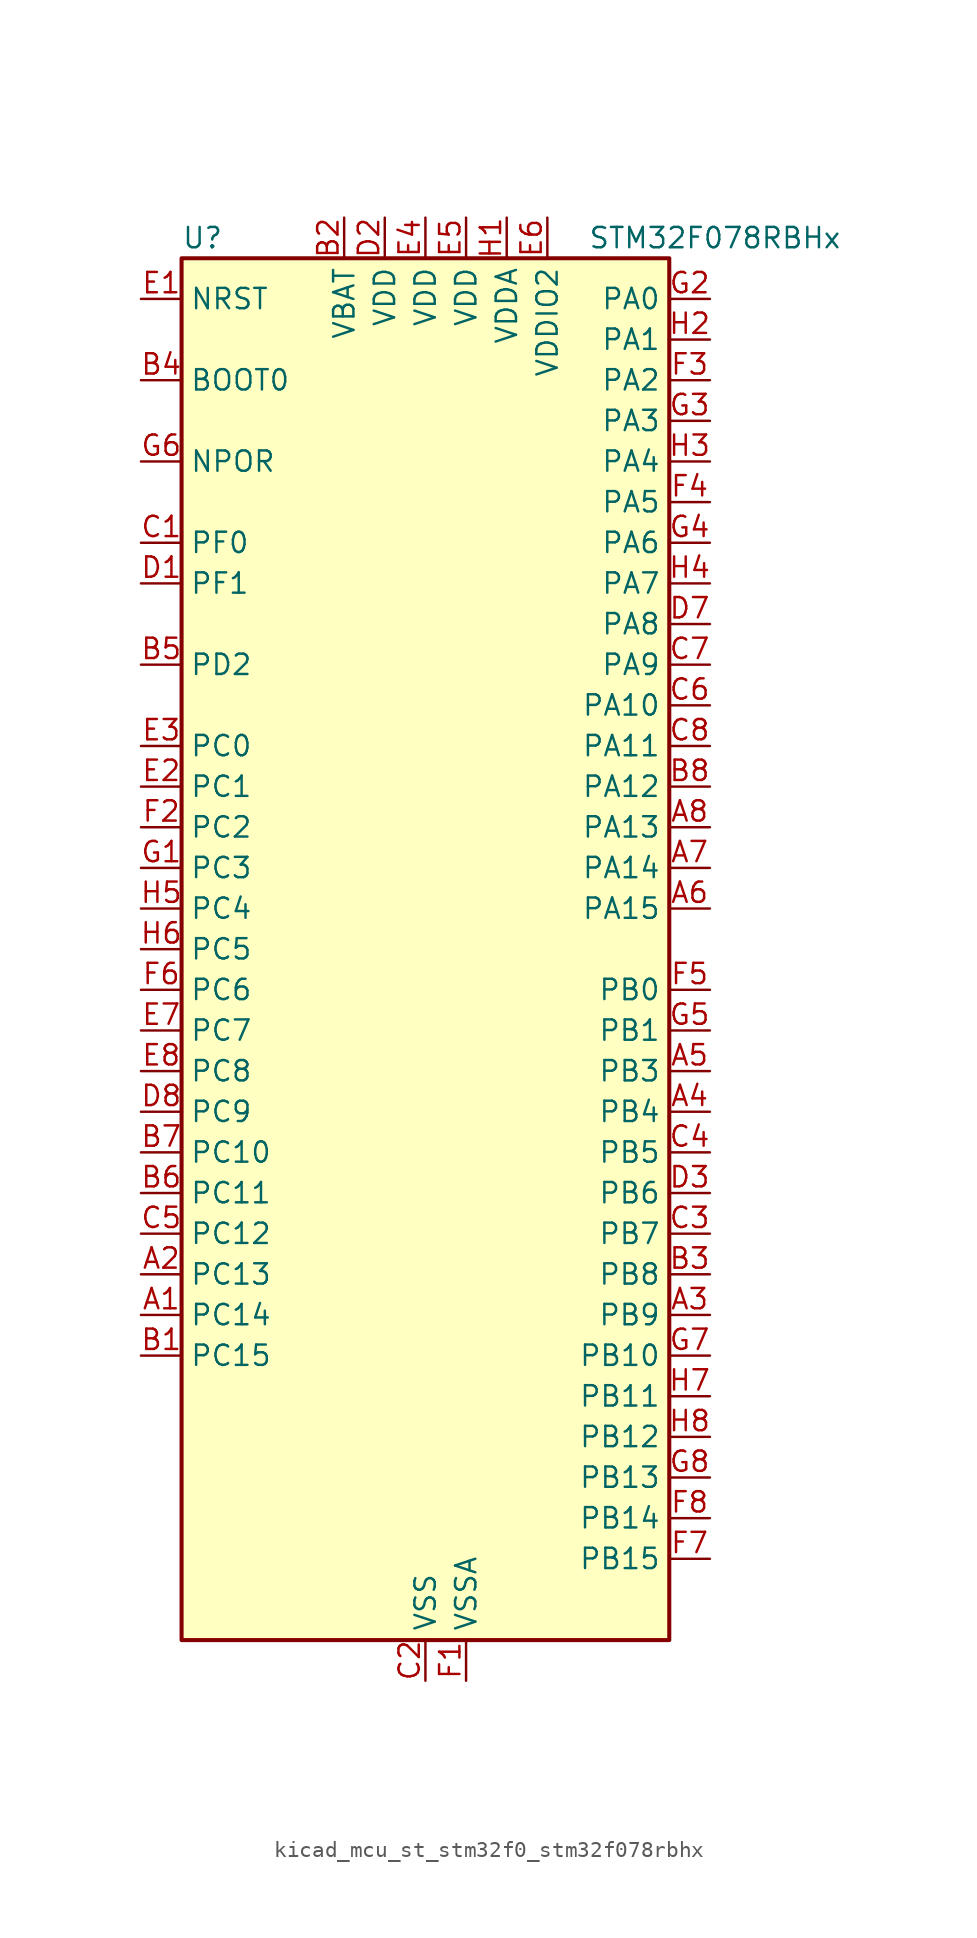
<source format=kicad_sym>
(kicad_symbol_lib
  (version 20220914)
  (generator kicad_symbol_editor)
  (symbol "kicad_mcu_st_stm32f0_stm32f078rbhx"
    (property "Reference" "U"
      (at -15.24 44.45 0)
      (effects (font (size 1.27 1.27)) (justify left)))
    (property "Value" "STM32F078RBHx"
      (at 10.16 44.45 0)
      (effects (font (size 1.27 1.27)) (justify left)))
    (property "ki_locked" ""
      (at 0 0 0)
      (effects (font (size 1.27 1.27))))
    (symbol "kicad_mcu_st_stm32f0_stm32f078rbhx_0_1"
      (rectangle (start -15.24 -43.18) (end 15.24 43.18) (stroke (width 0.254) (type default)) (fill (type background))))
    (symbol "kicad_mcu_st_stm32f0_stm32f078rbhx_1_1"
      (pin bidirectional line (at -17.78 -22.86 0) (length 2.54) (name "PC14" (effects (font (size 1.27 1.27)))) (number "A1" (effects (font (size 1.27 1.27)))) (alternate "RCC_OSC32_IN" bidirectional line))
      (pin bidirectional line (at -17.78 -20.32 0) (length 2.54) (name "PC13" (effects (font (size 1.27 1.27)))) (number "A2" (effects (font (size 1.27 1.27)))) (alternate "RTC_OUT_ALARM" bidirectional line) (alternate "RTC_OUT_CALIB" bidirectional line) (alternate "RTC_TAMP1" bidirectional line) (alternate "RTC_TS" bidirectional line) (alternate "SYS_WKUP2" bidirectional line))
      (pin bidirectional line (at 17.78 -22.86 180) (length 2.54) (name "PB9" (effects (font (size 1.27 1.27)))) (number "A3" (effects (font (size 1.27 1.27)))) (alternate "DAC_EXTI9" bidirectional line) (alternate "I2C1_SDA" bidirectional line) (alternate "I2S2_WS" bidirectional line) (alternate "IR_OUT" bidirectional line) (alternate "SPI2_NSS" bidirectional line) (alternate "TIM17_CH1" bidirectional line))
      (pin bidirectional line (at 17.78 -10.16 180) (length 2.54) (name "PB4" (effects (font (size 1.27 1.27)))) (number "A4" (effects (font (size 1.27 1.27)))) (alternate "I2S1_MCK" bidirectional line) (alternate "SPI1_MISO" bidirectional line) (alternate "TIM17_BKIN" bidirectional line) (alternate "TIM3_CH1" bidirectional line) (alternate "TSC_G5_IO2" bidirectional line))
      (pin bidirectional line (at 17.78 -7.62 180) (length 2.54) (name "PB3" (effects (font (size 1.27 1.27)))) (number "A5" (effects (font (size 1.27 1.27)))) (alternate "I2S1_CK" bidirectional line) (alternate "SPI1_SCK" bidirectional line) (alternate "TIM2_CH2" bidirectional line) (alternate "TSC_G5_IO1" bidirectional line))
      (pin bidirectional line (at 17.78 2.54 180) (length 2.54) (name "PA15" (effects (font (size 1.27 1.27)))) (number "A6" (effects (font (size 1.27 1.27)))) (alternate "I2S1_WS" bidirectional line) (alternate "SPI1_NSS" bidirectional line) (alternate "TIM2_CH1" bidirectional line) (alternate "TIM2_ETR" bidirectional line) (alternate "USART2_RX" bidirectional line) (alternate "USART4_DE" bidirectional line) (alternate "USART4_RTS" bidirectional line))
      (pin bidirectional line (at 17.78 5.08 180) (length 2.54) (name "PA14" (effects (font (size 1.27 1.27)))) (number "A7" (effects (font (size 1.27 1.27)))) (alternate "SYS_SWCLK" bidirectional line) (alternate "USART2_TX" bidirectional line))
      (pin bidirectional line (at 17.78 7.62 180) (length 2.54) (name "PA13" (effects (font (size 1.27 1.27)))) (number "A8" (effects (font (size 1.27 1.27)))) (alternate "IR_OUT" bidirectional line) (alternate "SYS_SWDIO" bidirectional line) (alternate "USB_NOE" bidirectional line))
      (pin bidirectional line (at -17.78 -25.4 0) (length 2.54) (name "PC15" (effects (font (size 1.27 1.27)))) (number "B1" (effects (font (size 1.27 1.27)))) (alternate "RCC_OSC32_OUT" bidirectional line))
      (pin power_in line (at -5.08 45.72 270) (length 2.54) (name "VBAT" (effects (font (size 1.27 1.27)))) (number "B2" (effects (font (size 1.27 1.27)))))
      (pin bidirectional line (at 17.78 -20.32 180) (length 2.54) (name "PB8" (effects (font (size 1.27 1.27)))) (number "B3" (effects (font (size 1.27 1.27)))) (alternate "CEC" bidirectional line) (alternate "I2C1_SCL" bidirectional line) (alternate "TIM16_CH1" bidirectional line) (alternate "TSC_SYNC" bidirectional line))
      (pin input line (at -17.78 35.56 0) (length 2.54) (name "BOOT0" (effects (font (size 1.27 1.27)))) (number "B4" (effects (font (size 1.27 1.27)))))
      (pin bidirectional line (at -17.78 17.78 0) (length 2.54) (name "PD2" (effects (font (size 1.27 1.27)))) (number "B5" (effects (font (size 1.27 1.27)))) (alternate "TIM3_ETR" bidirectional line) (alternate "USART3_DE" bidirectional line) (alternate "USART3_RTS" bidirectional line))
      (pin bidirectional line (at -17.78 -15.24 0) (length 2.54) (name "PC11" (effects (font (size 1.27 1.27)))) (number "B6" (effects (font (size 1.27 1.27)))) (alternate "USART3_RX" bidirectional line) (alternate "USART4_RX" bidirectional line))
      (pin bidirectional line (at -17.78 -12.7 0) (length 2.54) (name "PC10" (effects (font (size 1.27 1.27)))) (number "B7" (effects (font (size 1.27 1.27)))) (alternate "USART3_TX" bidirectional line) (alternate "USART4_TX" bidirectional line))
      (pin bidirectional line (at 17.78 10.16 180) (length 2.54) (name "PA12" (effects (font (size 1.27 1.27)))) (number "B8" (effects (font (size 1.27 1.27)))) (alternate "COMP2_OUT" bidirectional line) (alternate "TIM1_ETR" bidirectional line) (alternate "TSC_G4_IO4" bidirectional line) (alternate "USART1_DE" bidirectional line) (alternate "USART1_RTS" bidirectional line) (alternate "USB_DP" bidirectional line))
      (pin bidirectional line (at -17.78 25.4 0) (length 2.54) (name "PF0" (effects (font (size 1.27 1.27)))) (number "C1" (effects (font (size 1.27 1.27)))) (alternate "CRS_SYNC" bidirectional line) (alternate "RCC_OSC_IN" bidirectional line))
      (pin power_in line (at 0 -45.72 90) (length 2.54) (name "VSS" (effects (font (size 1.27 1.27)))) (number "C2" (effects (font (size 1.27 1.27)))))
      (pin bidirectional line (at 17.78 -17.78 180) (length 2.54) (name "PB7" (effects (font (size 1.27 1.27)))) (number "C3" (effects (font (size 1.27 1.27)))) (alternate "I2C1_SDA" bidirectional line) (alternate "TIM17_CH1N" bidirectional line) (alternate "TSC_G5_IO4" bidirectional line) (alternate "USART1_RX" bidirectional line) (alternate "USART4_CTS" bidirectional line))
      (pin bidirectional line (at 17.78 -12.7 180) (length 2.54) (name "PB5" (effects (font (size 1.27 1.27)))) (number "C4" (effects (font (size 1.27 1.27)))) (alternate "I2C1_SMBA" bidirectional line) (alternate "I2S1_SD" bidirectional line) (alternate "SPI1_MOSI" bidirectional line) (alternate "SYS_WKUP6" bidirectional line) (alternate "TIM16_BKIN" bidirectional line) (alternate "TIM3_CH2" bidirectional line))
      (pin bidirectional line (at -17.78 -17.78 0) (length 2.54) (name "PC12" (effects (font (size 1.27 1.27)))) (number "C5" (effects (font (size 1.27 1.27)))) (alternate "USART3_CK" bidirectional line) (alternate "USART4_CK" bidirectional line))
      (pin bidirectional line (at 17.78 15.24 180) (length 2.54) (name "PA10" (effects (font (size 1.27 1.27)))) (number "C6" (effects (font (size 1.27 1.27)))) (alternate "TIM17_BKIN" bidirectional line) (alternate "TIM1_CH3" bidirectional line) (alternate "TSC_G4_IO2" bidirectional line) (alternate "USART1_RX" bidirectional line))
      (pin bidirectional line (at 17.78 17.78 180) (length 2.54) (name "PA9" (effects (font (size 1.27 1.27)))) (number "C7" (effects (font (size 1.27 1.27)))) (alternate "DAC_EXTI9" bidirectional line) (alternate "TIM15_BKIN" bidirectional line) (alternate "TIM1_CH2" bidirectional line) (alternate "TSC_G4_IO1" bidirectional line) (alternate "USART1_TX" bidirectional line))
      (pin bidirectional line (at 17.78 12.7 180) (length 2.54) (name "PA11" (effects (font (size 1.27 1.27)))) (number "C8" (effects (font (size 1.27 1.27)))) (alternate "COMP1_OUT" bidirectional line) (alternate "TIM1_CH4" bidirectional line) (alternate "TSC_G4_IO3" bidirectional line) (alternate "USART1_CTS" bidirectional line) (alternate "USB_DM" bidirectional line))
      (pin bidirectional line (at -17.78 22.86 0) (length 2.54) (name "PF1" (effects (font (size 1.27 1.27)))) (number "D1" (effects (font (size 1.27 1.27)))) (alternate "RCC_OSC_OUT" bidirectional line))
      (pin power_in line (at -2.54 45.72 270) (length 2.54) (name "VDD" (effects (font (size 1.27 1.27)))) (number "D2" (effects (font (size 1.27 1.27)))))
      (pin bidirectional line (at 17.78 -15.24 180) (length 2.54) (name "PB6" (effects (font (size 1.27 1.27)))) (number "D3" (effects (font (size 1.27 1.27)))) (alternate "I2C1_SCL" bidirectional line) (alternate "TIM16_CH1N" bidirectional line) (alternate "TSC_G5_IO3" bidirectional line) (alternate "USART1_TX" bidirectional line))
      (pin passive line (at 0 -45.72 90) (length 2.54) hide (name "VSS" (effects (font (size 1.27 1.27)))) (number "D4" (effects (font (size 1.27 1.27)))))
      (pin passive line (at 0 -45.72 90) (length 2.54) hide (name "VSS" (effects (font (size 1.27 1.27)))) (number "D5" (effects (font (size 1.27 1.27)))))
      (pin passive line (at 0 -45.72 90) (length 2.54) hide (name "VSS" (effects (font (size 1.27 1.27)))) (number "D6" (effects (font (size 1.27 1.27)))))
      (pin bidirectional line (at 17.78 20.32 180) (length 2.54) (name "PA8" (effects (font (size 1.27 1.27)))) (number "D7" (effects (font (size 1.27 1.27)))) (alternate "CRS_SYNC" bidirectional line) (alternate "RCC_MCO" bidirectional line) (alternate "TIM1_CH1" bidirectional line) (alternate "USART1_CK" bidirectional line))
      (pin bidirectional line (at -17.78 -10.16 0) (length 2.54) (name "PC9" (effects (font (size 1.27 1.27)))) (number "D8" (effects (font (size 1.27 1.27)))) (alternate "DAC_EXTI9" bidirectional line) (alternate "TIM3_CH4" bidirectional line))
      (pin input line (at -17.78 40.64 0) (length 2.54) (name "NRST" (effects (font (size 1.27 1.27)))) (number "E1" (effects (font (size 1.27 1.27)))))
      (pin bidirectional line (at -17.78 10.16 0) (length 2.54) (name "PC1" (effects (font (size 1.27 1.27)))) (number "E2" (effects (font (size 1.27 1.27)))) (alternate "ADC_IN11" bidirectional line))
      (pin bidirectional line (at -17.78 12.7 0) (length 2.54) (name "PC0" (effects (font (size 1.27 1.27)))) (number "E3" (effects (font (size 1.27 1.27)))) (alternate "ADC_IN10" bidirectional line))
      (pin power_in line (at 0 45.72 270) (length 2.54) (name "VDD" (effects (font (size 1.27 1.27)))) (number "E4" (effects (font (size 1.27 1.27)))))
      (pin power_in line (at 2.54 45.72 270) (length 2.54) (name "VDD" (effects (font (size 1.27 1.27)))) (number "E5" (effects (font (size 1.27 1.27)))))
      (pin power_in line (at 7.62 45.72 270) (length 2.54) (name "VDDIO2" (effects (font (size 1.27 1.27)))) (number "E6" (effects (font (size 1.27 1.27)))))
      (pin bidirectional line (at -17.78 -5.08 0) (length 2.54) (name "PC7" (effects (font (size 1.27 1.27)))) (number "E7" (effects (font (size 1.27 1.27)))) (alternate "TIM3_CH2" bidirectional line))
      (pin bidirectional line (at -17.78 -7.62 0) (length 2.54) (name "PC8" (effects (font (size 1.27 1.27)))) (number "E8" (effects (font (size 1.27 1.27)))) (alternate "TIM3_CH3" bidirectional line))
      (pin power_in line (at 2.54 -45.72 90) (length 2.54) (name "VSSA" (effects (font (size 1.27 1.27)))) (number "F1" (effects (font (size 1.27 1.27)))))
      (pin bidirectional line (at -17.78 7.62 0) (length 2.54) (name "PC2" (effects (font (size 1.27 1.27)))) (number "F2" (effects (font (size 1.27 1.27)))) (alternate "ADC_IN12" bidirectional line) (alternate "I2S2_MCK" bidirectional line) (alternate "SPI2_MISO" bidirectional line))
      (pin bidirectional line (at 17.78 35.56 180) (length 2.54) (name "PA2" (effects (font (size 1.27 1.27)))) (number "F3" (effects (font (size 1.27 1.27)))) (alternate "ADC_IN2" bidirectional line) (alternate "COMP2_INM" bidirectional line) (alternate "COMP2_OUT" bidirectional line) (alternate "SYS_WKUP4" bidirectional line) (alternate "TIM15_CH1" bidirectional line) (alternate "TIM2_CH3" bidirectional line) (alternate "TSC_G1_IO3" bidirectional line) (alternate "USART2_TX" bidirectional line))
      (pin bidirectional line (at 17.78 27.94 180) (length 2.54) (name "PA5" (effects (font (size 1.27 1.27)))) (number "F4" (effects (font (size 1.27 1.27)))) (alternate "ADC_IN5" bidirectional line) (alternate "CEC" bidirectional line) (alternate "COMP1_INM" bidirectional line) (alternate "COMP2_INM" bidirectional line) (alternate "DAC_OUT2" bidirectional line) (alternate "I2S1_CK" bidirectional line) (alternate "SPI1_SCK" bidirectional line) (alternate "TIM2_CH1" bidirectional line) (alternate "TIM2_ETR" bidirectional line) (alternate "TSC_G2_IO2" bidirectional line))
      (pin bidirectional line (at 17.78 -2.54 180) (length 2.54) (name "PB0" (effects (font (size 1.27 1.27)))) (number "F5" (effects (font (size 1.27 1.27)))) (alternate "ADC_IN8" bidirectional line) (alternate "TIM1_CH2N" bidirectional line) (alternate "TIM3_CH3" bidirectional line) (alternate "TSC_G3_IO2" bidirectional line) (alternate "USART3_CK" bidirectional line))
      (pin bidirectional line (at -17.78 -2.54 0) (length 2.54) (name "PC6" (effects (font (size 1.27 1.27)))) (number "F6" (effects (font (size 1.27 1.27)))) (alternate "TIM3_CH1" bidirectional line))
      (pin bidirectional line (at 17.78 -38.1 180) (length 2.54) (name "PB15" (effects (font (size 1.27 1.27)))) (number "F7" (effects (font (size 1.27 1.27)))) (alternate "I2S2_SD" bidirectional line) (alternate "RTC_REFIN" bidirectional line) (alternate "SPI2_MOSI" bidirectional line) (alternate "SYS_WKUP7" bidirectional line) (alternate "TIM15_CH1N" bidirectional line) (alternate "TIM15_CH2" bidirectional line) (alternate "TIM1_CH3N" bidirectional line))
      (pin bidirectional line (at 17.78 -35.56 180) (length 2.54) (name "PB14" (effects (font (size 1.27 1.27)))) (number "F8" (effects (font (size 1.27 1.27)))) (alternate "I2C2_SDA" bidirectional line) (alternate "I2S2_MCK" bidirectional line) (alternate "SPI2_MISO" bidirectional line) (alternate "TIM15_CH1" bidirectional line) (alternate "TIM1_CH2N" bidirectional line) (alternate "TSC_G6_IO4" bidirectional line) (alternate "USART3_DE" bidirectional line) (alternate "USART3_RTS" bidirectional line))
      (pin bidirectional line (at -17.78 5.08 0) (length 2.54) (name "PC3" (effects (font (size 1.27 1.27)))) (number "G1" (effects (font (size 1.27 1.27)))) (alternate "ADC_IN13" bidirectional line) (alternate "I2S2_SD" bidirectional line) (alternate "SPI2_MOSI" bidirectional line))
      (pin bidirectional line (at 17.78 40.64 180) (length 2.54) (name "PA0" (effects (font (size 1.27 1.27)))) (number "G2" (effects (font (size 1.27 1.27)))) (alternate "ADC_IN0" bidirectional line) (alternate "COMP1_INM" bidirectional line) (alternate "COMP1_OUT" bidirectional line) (alternate "RTC_TAMP2" bidirectional line) (alternate "SYS_WKUP1" bidirectional line) (alternate "TIM2_CH1" bidirectional line) (alternate "TIM2_ETR" bidirectional line) (alternate "TSC_G1_IO1" bidirectional line) (alternate "USART2_CTS" bidirectional line) (alternate "USART4_TX" bidirectional line))
      (pin bidirectional line (at 17.78 33.02 180) (length 2.54) (name "PA3" (effects (font (size 1.27 1.27)))) (number "G3" (effects (font (size 1.27 1.27)))) (alternate "ADC_IN3" bidirectional line) (alternate "COMP2_INP" bidirectional line) (alternate "TIM15_CH2" bidirectional line) (alternate "TIM2_CH4" bidirectional line) (alternate "TSC_G1_IO4" bidirectional line) (alternate "USART2_RX" bidirectional line))
      (pin bidirectional line (at 17.78 25.4 180) (length 2.54) (name "PA6" (effects (font (size 1.27 1.27)))) (number "G4" (effects (font (size 1.27 1.27)))) (alternate "ADC_IN6" bidirectional line) (alternate "COMP1_OUT" bidirectional line) (alternate "I2S1_MCK" bidirectional line) (alternate "SPI1_MISO" bidirectional line) (alternate "TIM16_CH1" bidirectional line) (alternate "TIM1_BKIN" bidirectional line) (alternate "TIM3_CH1" bidirectional line) (alternate "TSC_G2_IO3" bidirectional line) (alternate "USART3_CTS" bidirectional line))
      (pin bidirectional line (at 17.78 -5.08 180) (length 2.54) (name "PB1" (effects (font (size 1.27 1.27)))) (number "G5" (effects (font (size 1.27 1.27)))) (alternate "ADC_IN9" bidirectional line) (alternate "TIM14_CH1" bidirectional line) (alternate "TIM1_CH3N" bidirectional line) (alternate "TIM3_CH4" bidirectional line) (alternate "TSC_G3_IO3" bidirectional line) (alternate "USART3_DE" bidirectional line) (alternate "USART3_RTS" bidirectional line))
      (pin input line (at -17.78 30.48 0) (length 2.54) (name "NPOR" (effects (font (size 1.27 1.27)))) (number "G6" (effects (font (size 1.27 1.27)))))
      (pin bidirectional line (at 17.78 -25.4 180) (length 2.54) (name "PB10" (effects (font (size 1.27 1.27)))) (number "G7" (effects (font (size 1.27 1.27)))) (alternate "CEC" bidirectional line) (alternate "I2C2_SCL" bidirectional line) (alternate "I2S2_CK" bidirectional line) (alternate "SPI2_SCK" bidirectional line) (alternate "TIM2_CH3" bidirectional line) (alternate "TSC_SYNC" bidirectional line) (alternate "USART3_TX" bidirectional line))
      (pin bidirectional line (at 17.78 -33.02 180) (length 2.54) (name "PB13" (effects (font (size 1.27 1.27)))) (number "G8" (effects (font (size 1.27 1.27)))) (alternate "I2C2_SCL" bidirectional line) (alternate "I2S2_CK" bidirectional line) (alternate "SPI2_SCK" bidirectional line) (alternate "TIM1_CH1N" bidirectional line) (alternate "TSC_G6_IO3" bidirectional line) (alternate "USART3_CTS" bidirectional line))
      (pin power_in line (at 5.08 45.72 270) (length 2.54) (name "VDDA" (effects (font (size 1.27 1.27)))) (number "H1" (effects (font (size 1.27 1.27)))))
      (pin bidirectional line (at 17.78 38.1 180) (length 2.54) (name "PA1" (effects (font (size 1.27 1.27)))) (number "H2" (effects (font (size 1.27 1.27)))) (alternate "ADC_IN1" bidirectional line) (alternate "COMP1_INP" bidirectional line) (alternate "TIM15_CH1N" bidirectional line) (alternate "TIM2_CH2" bidirectional line) (alternate "TSC_G1_IO2" bidirectional line) (alternate "USART2_DE" bidirectional line) (alternate "USART2_RTS" bidirectional line) (alternate "USART4_RX" bidirectional line))
      (pin bidirectional line (at 17.78 30.48 180) (length 2.54) (name "PA4" (effects (font (size 1.27 1.27)))) (number "H3" (effects (font (size 1.27 1.27)))) (alternate "ADC_IN4" bidirectional line) (alternate "COMP1_INM" bidirectional line) (alternate "COMP2_INM" bidirectional line) (alternate "DAC_OUT1" bidirectional line) (alternate "I2S1_WS" bidirectional line) (alternate "SPI1_NSS" bidirectional line) (alternate "TIM14_CH1" bidirectional line) (alternate "TSC_G2_IO1" bidirectional line) (alternate "USART2_CK" bidirectional line))
      (pin bidirectional line (at 17.78 22.86 180) (length 2.54) (name "PA7" (effects (font (size 1.27 1.27)))) (number "H4" (effects (font (size 1.27 1.27)))) (alternate "ADC_IN7" bidirectional line) (alternate "COMP2_OUT" bidirectional line) (alternate "I2S1_SD" bidirectional line) (alternate "SPI1_MOSI" bidirectional line) (alternate "TIM14_CH1" bidirectional line) (alternate "TIM17_CH1" bidirectional line) (alternate "TIM1_CH1N" bidirectional line) (alternate "TIM3_CH2" bidirectional line) (alternate "TSC_G2_IO4" bidirectional line))
      (pin bidirectional line (at -17.78 2.54 0) (length 2.54) (name "PC4" (effects (font (size 1.27 1.27)))) (number "H5" (effects (font (size 1.27 1.27)))) (alternate "ADC_IN14" bidirectional line) (alternate "USART3_TX" bidirectional line))
      (pin bidirectional line (at -17.78 0 0) (length 2.54) (name "PC5" (effects (font (size 1.27 1.27)))) (number "H6" (effects (font (size 1.27 1.27)))) (alternate "ADC_IN15" bidirectional line) (alternate "SYS_WKUP5" bidirectional line) (alternate "TSC_G3_IO1" bidirectional line) (alternate "USART3_RX" bidirectional line))
      (pin bidirectional line (at 17.78 -27.94 180) (length 2.54) (name "PB11" (effects (font (size 1.27 1.27)))) (number "H7" (effects (font (size 1.27 1.27)))) (alternate "I2C2_SDA" bidirectional line) (alternate "TIM2_CH4" bidirectional line) (alternate "TSC_G6_IO1" bidirectional line) (alternate "USART3_RX" bidirectional line))
      (pin bidirectional line (at 17.78 -30.48 180) (length 2.54) (name "PB12" (effects (font (size 1.27 1.27)))) (number "H8" (effects (font (size 1.27 1.27)))) (alternate "I2S2_WS" bidirectional line) (alternate "SPI2_NSS" bidirectional line) (alternate "TIM15_BKIN" bidirectional line) (alternate "TIM1_BKIN" bidirectional line) (alternate "TSC_G6_IO2" bidirectional line) (alternate "USART3_CK" bidirectional line)))))
</source>
